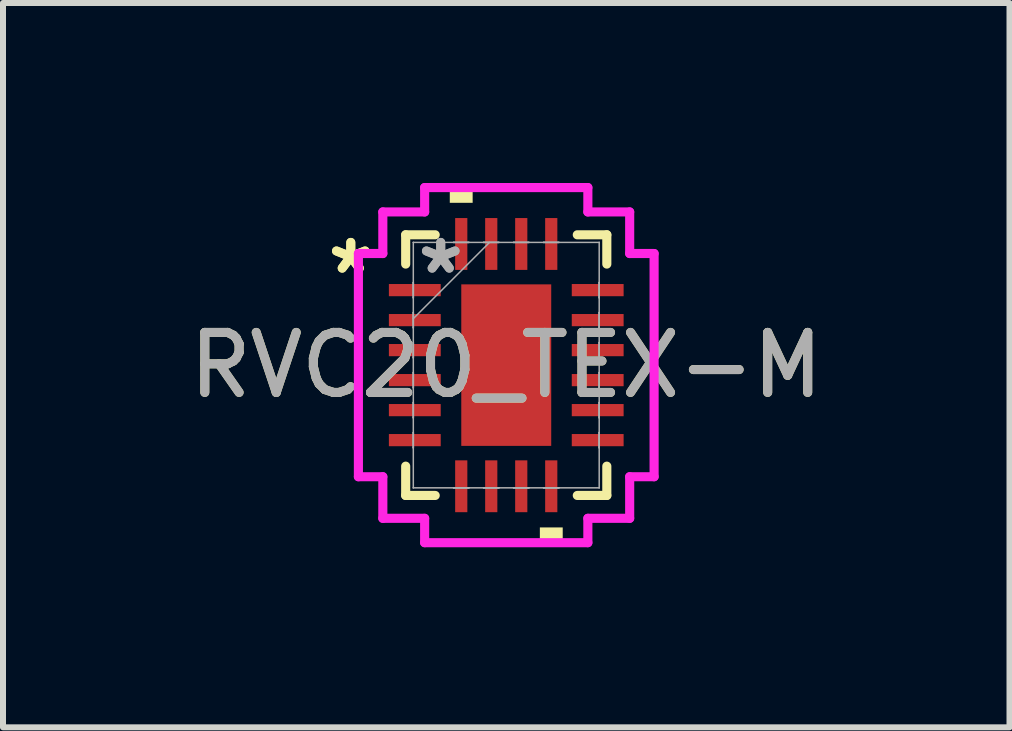
<source format=kicad_pcb>
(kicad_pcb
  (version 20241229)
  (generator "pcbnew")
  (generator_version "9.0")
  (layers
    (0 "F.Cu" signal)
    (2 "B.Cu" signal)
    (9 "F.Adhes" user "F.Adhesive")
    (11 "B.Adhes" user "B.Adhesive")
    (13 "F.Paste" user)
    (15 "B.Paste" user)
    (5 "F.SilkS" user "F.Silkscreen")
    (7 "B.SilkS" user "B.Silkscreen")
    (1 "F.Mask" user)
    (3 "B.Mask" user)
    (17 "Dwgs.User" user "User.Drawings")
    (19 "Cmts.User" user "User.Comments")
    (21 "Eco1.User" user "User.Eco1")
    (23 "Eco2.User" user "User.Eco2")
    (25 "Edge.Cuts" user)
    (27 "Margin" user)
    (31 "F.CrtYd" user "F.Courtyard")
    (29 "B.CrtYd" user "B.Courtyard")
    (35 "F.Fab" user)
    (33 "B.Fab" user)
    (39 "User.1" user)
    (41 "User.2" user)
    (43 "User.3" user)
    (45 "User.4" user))
  (footprint "RVC20_TEX-M"
    (layer "F.Cu")
    (at 5.387 3.035)
    (property "Reference" "RVC20_TEX-M" (at 0 0 0) (unlocked yes) (layer "F.SilkS") (effects (font (size 1 1) (thickness 0.15))))
    (attr smd)
    (fp_line (start -1.676 -2.172) (end -1.676 -1.684) (stroke (width 0.152) (type solid)) (layer "F.SilkS"))
    (fp_line (start -1.676 1.684) (end -1.676 2.172) (stroke (width 0.152) (type solid)) (layer "F.SilkS"))
    (fp_line (start -1.676 2.172) (end -1.184 2.172) (stroke (width 0.152) (type solid)) (layer "F.SilkS"))
    (fp_line (start -1.184 -2.172) (end -1.676 -2.172) (stroke (width 0.152) (type solid)) (layer "F.SilkS"))
    (fp_line (start 1.184 2.172) (end 1.676 2.172) (stroke (width 0.152) (type solid)) (layer "F.SilkS"))
    (fp_line (start 1.676 -2.172) (end 1.184 -2.172) (stroke (width 0.152) (type solid)) (layer "F.SilkS"))
    (fp_line (start 1.676 -1.684) (end 1.676 -2.172) (stroke (width 0.152) (type solid)) (layer "F.SilkS"))
    (fp_line (start 1.676 2.172) (end 1.676 1.684) (stroke (width 0.152) (type solid)) (layer "F.SilkS"))
    (fp_poly (pts (xy -0.941 -2.705) (xy -0.941 -2.959) (xy -0.56 -2.959) (xy -0.56 -2.705)) (stroke (width 0) (type solid)) (fill yes) (layer "F.SilkS"))
    (fp_poly (pts (xy 0.56 2.705) (xy 0.56 2.959) (xy 0.941 2.959) (xy 0.941 2.705)) (stroke (width 0) (type solid)) (fill yes) (layer "F.SilkS"))
    (fp_poly (pts (xy -0.649 -1.246) (xy -0.649 -0.1) (xy 0.649 -0.1) (xy 0.649 -1.246)) (stroke (width 0) (type solid)) (fill yes) (layer "F.Paste"))
    (fp_poly (pts (xy -0.649 0.1) (xy -0.649 1.246) (xy 0.649 1.246) (xy 0.649 0.1)) (stroke (width 0) (type solid)) (fill yes) (layer "F.Paste"))
    (fp_line (start -2.464 -1.86) (end -2.057 -1.86) (stroke (width 0.152) (type solid)) (layer "F.CrtYd"))
    (fp_line (start -2.464 1.86) (end -2.464 -1.86) (stroke (width 0.152) (type solid)) (layer "F.CrtYd"))
    (fp_line (start -2.057 -2.553) (end -1.36 -2.553) (stroke (width 0.152) (type solid)) (layer "F.CrtYd"))
    (fp_line (start -2.057 -1.86) (end -2.057 -2.553) (stroke (width 0.152) (type solid)) (layer "F.CrtYd"))
    (fp_line (start -2.057 1.86) (end -2.464 1.86) (stroke (width 0.152) (type solid)) (layer "F.CrtYd"))
    (fp_line (start -2.057 2.553) (end -2.057 1.86) (stroke (width 0.152) (type solid)) (layer "F.CrtYd"))
    (fp_line (start -1.36 -2.959) (end 1.36 -2.959) (stroke (width 0.152) (type solid)) (layer "F.CrtYd"))
    (fp_line (start -1.36 -2.553) (end -1.36 -2.959) (stroke (width 0.152) (type solid)) (layer "F.CrtYd"))
    (fp_line (start -1.36 2.553) (end -2.057 2.553) (stroke (width 0.152) (type solid)) (layer "F.CrtYd"))
    (fp_line (start -1.36 2.959) (end -1.36 2.553) (stroke (width 0.152) (type solid)) (layer "F.CrtYd"))
    (fp_line (start 1.36 -2.959) (end 1.36 -2.553) (stroke (width 0.152) (type solid)) (layer "F.CrtYd"))
    (fp_line (start 1.36 -2.553) (end 2.057 -2.553) (stroke (width 0.152) (type solid)) (layer "F.CrtYd"))
    (fp_line (start 1.36 2.553) (end 1.36 2.959) (stroke (width 0.152) (type solid)) (layer "F.CrtYd"))
    (fp_line (start 1.36 2.959) (end -1.36 2.959) (stroke (width 0.152) (type solid)) (layer "F.CrtYd"))
    (fp_line (start 2.057 -2.553) (end 2.057 -1.86) (stroke (width 0.152) (type solid)) (layer "F.CrtYd"))
    (fp_line (start 2.057 -1.86) (end 2.464 -1.86) (stroke (width 0.152) (type solid)) (layer "F.CrtYd"))
    (fp_line (start 2.057 1.86) (end 2.057 2.553) (stroke (width 0.152) (type solid)) (layer "F.CrtYd"))
    (fp_line (start 2.057 2.553) (end 1.36 2.553) (stroke (width 0.152) (type solid)) (layer "F.CrtYd"))
    (fp_line (start 2.464 -1.86) (end 2.464 1.86) (stroke (width 0.152) (type solid)) (layer "F.CrtYd"))
    (fp_line (start 2.464 1.86) (end 2.057 1.86) (stroke (width 0.152) (type solid)) (layer "F.CrtYd"))
    (fp_line (start -1.549 -2.045) (end -1.549 -2.045) (stroke (width 0.025) (type solid)) (layer "F.Fab"))
    (fp_line (start -1.549 -2.045) (end -1.549 2.045) (stroke (width 0.025) (type solid)) (layer "F.Fab"))
    (fp_line (start -1.549 -1.377) (end -1.549 -1.377) (stroke (width 0.025) (type solid)) (layer "F.Fab"))
    (fp_line (start -1.549 -1.377) (end -1.549 -1.123) (stroke (width 0.025) (type solid)) (layer "F.Fab"))
    (fp_line (start -1.549 -1.123) (end -1.549 -1.377) (stroke (width 0.025) (type solid)) (layer "F.Fab"))
    (fp_line (start -1.549 -1.123) (end -1.549 -1.123) (stroke (width 0.025) (type solid)) (layer "F.Fab"))
    (fp_line (start -1.549 -0.877) (end -1.549 -0.877) (stroke (width 0.025) (type solid)) (layer "F.Fab"))
    (fp_line (start -1.549 -0.877) (end -1.549 -0.623) (stroke (width 0.025) (type solid)) (layer "F.Fab"))
    (fp_line (start -1.549 -0.775) (end -0.279 -2.045) (stroke (width 0.025) (type solid)) (layer "F.Fab"))
    (fp_line (start -1.549 -0.623) (end -1.549 -0.877) (stroke (width 0.025) (type solid)) (layer "F.Fab"))
    (fp_line (start -1.549 -0.623) (end -1.549 -0.623) (stroke (width 0.025) (type solid)) (layer "F.Fab"))
    (fp_line (start -1.549 -0.377) (end -1.549 -0.377) (stroke (width 0.025) (type solid)) (layer "F.Fab"))
    (fp_line (start -1.549 -0.377) (end -1.549 -0.123) (stroke (width 0.025) (type solid)) (layer "F.Fab"))
    (fp_line (start -1.549 -0.123) (end -1.549 -0.377) (stroke (width 0.025) (type solid)) (layer "F.Fab"))
    (fp_line (start -1.549 -0.123) (end -1.549 -0.123) (stroke (width 0.025) (type solid)) (layer "F.Fab"))
    (fp_line (start -1.549 0.123) (end -1.549 0.123) (stroke (width 0.025) (type solid)) (layer "F.Fab"))
    (fp_line (start -1.549 0.123) (end -1.549 0.377) (stroke (width 0.025) (type solid)) (layer "F.Fab"))
    (fp_line (start -1.549 0.377) (end -1.549 0.123) (stroke (width 0.025) (type solid)) (layer "F.Fab"))
    (fp_line (start -1.549 0.377) (end -1.549 0.377) (stroke (width 0.025) (type solid)) (layer "F.Fab"))
    (fp_line (start -1.549 0.623) (end -1.549 0.623) (stroke (width 0.025) (type solid)) (layer "F.Fab"))
    (fp_line (start -1.549 0.623) (end -1.549 0.877) (stroke (width 0.025) (type solid)) (layer "F.Fab"))
    (fp_line (start -1.549 0.877) (end -1.549 0.623) (stroke (width 0.025) (type solid)) (layer "F.Fab"))
    (fp_line (start -1.549 0.877) (end -1.549 0.877) (stroke (width 0.025) (type solid)) (layer "F.Fab"))
    (fp_line (start -1.549 1.123) (end -1.549 1.123) (stroke (width 0.025) (type solid)) (layer "F.Fab"))
    (fp_line (start -1.549 1.123) (end -1.549 1.377) (stroke (width 0.025) (type solid)) (layer "F.Fab"))
    (fp_line (start -1.549 1.377) (end -1.549 1.123) (stroke (width 0.025) (type solid)) (layer "F.Fab"))
    (fp_line (start -1.549 1.377) (end -1.549 1.377) (stroke (width 0.025) (type solid)) (layer "F.Fab"))
    (fp_line (start -1.549 2.045) (end -1.549 2.045) (stroke (width 0.025) (type solid)) (layer "F.Fab"))
    (fp_line (start -1.549 2.045) (end 1.549 2.045) (stroke (width 0.025) (type solid)) (layer "F.Fab"))
    (fp_line (start -0.877 -2.045) (end -0.877 -2.045) (stroke (width 0.025) (type solid)) (layer "F.Fab"))
    (fp_line (start -0.877 -2.045) (end -0.623 -2.045) (stroke (width 0.025) (type solid)) (layer "F.Fab"))
    (fp_line (start -0.877 2.045) (end -0.877 2.045) (stroke (width 0.025) (type solid)) (layer "F.Fab"))
    (fp_line (start -0.877 2.045) (end -0.623 2.045) (stroke (width 0.025) (type solid)) (layer "F.Fab"))
    (fp_line (start -0.623 -2.045) (end -0.877 -2.045) (stroke (width 0.025) (type solid)) (layer "F.Fab"))
    (fp_line (start -0.623 -2.045) (end -0.623 -2.045) (stroke (width 0.025) (type solid)) (layer "F.Fab"))
    (fp_line (start -0.623 2.045) (end -0.877 2.045) (stroke (width 0.025) (type solid)) (layer "F.Fab"))
    (fp_line (start -0.623 2.045) (end -0.623 2.045) (stroke (width 0.025) (type solid)) (layer "F.Fab"))
    (fp_line (start -0.377 -2.045) (end -0.377 -2.045) (stroke (width 0.025) (type solid)) (layer "F.Fab"))
    (fp_line (start -0.377 -2.045) (end -0.123 -2.045) (stroke (width 0.025) (type solid)) (layer "F.Fab"))
    (fp_line (start -0.377 2.045) (end -0.377 2.045) (stroke (width 0.025) (type solid)) (layer "F.Fab"))
    (fp_line (start -0.377 2.045) (end -0.123 2.045) (stroke (width 0.025) (type solid)) (layer "F.Fab"))
    (fp_line (start -0.123 -2.045) (end -0.377 -2.045) (stroke (width 0.025) (type solid)) (layer "F.Fab"))
    (fp_line (start -0.123 -2.045) (end -0.123 -2.045) (stroke (width 0.025) (type solid)) (layer "F.Fab"))
    (fp_line (start -0.123 2.045) (end -0.377 2.045) (stroke (width 0.025) (type solid)) (layer "F.Fab"))
    (fp_line (start -0.123 2.045) (end -0.123 2.045) (stroke (width 0.025) (type solid)) (layer "F.Fab"))
    (fp_line (start 0.123 -2.045) (end 0.123 -2.045) (stroke (width 0.025) (type solid)) (layer "F.Fab"))
    (fp_line (start 0.123 -2.045) (end 0.377 -2.045) (stroke (width 0.025) (type solid)) (layer "F.Fab"))
    (fp_line (start 0.123 2.045) (end 0.123 2.045) (stroke (width 0.025) (type solid)) (layer "F.Fab"))
    (fp_line (start 0.123 2.045) (end 0.377 2.045) (stroke (width 0.025) (type solid)) (layer "F.Fab"))
    (fp_line (start 0.377 -2.045) (end 0.123 -2.045) (stroke (width 0.025) (type solid)) (layer "F.Fab"))
    (fp_line (start 0.377 -2.045) (end 0.377 -2.045) (stroke (width 0.025) (type solid)) (layer "F.Fab"))
    (fp_line (start 0.377 2.045) (end 0.123 2.045) (stroke (width 0.025) (type solid)) (layer "F.Fab"))
    (fp_line (start 0.377 2.045) (end 0.377 2.045) (stroke (width 0.025) (type solid)) (layer "F.Fab"))
    (fp_line (start 0.623 -2.045) (end 0.623 -2.045) (stroke (width 0.025) (type solid)) (layer "F.Fab"))
    (fp_line (start 0.623 -2.045) (end 0.877 -2.045) (stroke (width 0.025) (type solid)) (layer "F.Fab"))
    (fp_line (start 0.623 2.045) (end 0.623 2.045) (stroke (width 0.025) (type solid)) (layer "F.Fab"))
    (fp_line (start 0.623 2.045) (end 0.877 2.045) (stroke (width 0.025) (type solid)) (layer "F.Fab"))
    (fp_line (start 0.877 -2.045) (end 0.623 -2.045) (stroke (width 0.025) (type solid)) (layer "F.Fab"))
    (fp_line (start 0.877 -2.045) (end 0.877 -2.045) (stroke (width 0.025) (type solid)) (layer "F.Fab"))
    (fp_line (start 0.877 2.045) (end 0.623 2.045) (stroke (width 0.025) (type solid)) (layer "F.Fab"))
    (fp_line (start 0.877 2.045) (end 0.877 2.045) (stroke (width 0.025) (type solid)) (layer "F.Fab"))
    (fp_line (start 1.549 -2.045) (end -1.549 -2.045) (stroke (width 0.025) (type solid)) (layer "F.Fab"))
    (fp_line (start 1.549 -2.045) (end 1.549 -2.045) (stroke (width 0.025) (type solid)) (layer "F.Fab"))
    (fp_line (start 1.549 -1.377) (end 1.549 -1.377) (stroke (width 0.025) (type solid)) (layer "F.Fab"))
    (fp_line (start 1.549 -1.377) (end 1.549 -1.123) (stroke (width 0.025) (type solid)) (layer "F.Fab"))
    (fp_line (start 1.549 -1.123) (end 1.549 -1.377) (stroke (width 0.025) (type solid)) (layer "F.Fab"))
    (fp_line (start 1.549 -1.123) (end 1.549 -1.123) (stroke (width 0.025) (type solid)) (layer "F.Fab"))
    (fp_line (start 1.549 -0.877) (end 1.549 -0.877) (stroke (width 0.025) (type solid)) (layer "F.Fab"))
    (fp_line (start 1.549 -0.877) (end 1.549 -0.623) (stroke (width 0.025) (type solid)) (layer "F.Fab"))
    (fp_line (start 1.549 -0.623) (end 1.549 -0.877) (stroke (width 0.025) (type solid)) (layer "F.Fab"))
    (fp_line (start 1.549 -0.623) (end 1.549 -0.623) (stroke (width 0.025) (type solid)) (layer "F.Fab"))
    (fp_line (start 1.549 -0.377) (end 1.549 -0.377) (stroke (width 0.025) (type solid)) (layer "F.Fab"))
    (fp_line (start 1.549 -0.377) (end 1.549 -0.123) (stroke (width 0.025) (type solid)) (layer "F.Fab"))
    (fp_line (start 1.549 -0.123) (end 1.549 -0.377) (stroke (width 0.025) (type solid)) (layer "F.Fab"))
    (fp_line (start 1.549 -0.123) (end 1.549 -0.123) (stroke (width 0.025) (type solid)) (layer "F.Fab"))
    (fp_line (start 1.549 0.123) (end 1.549 0.123) (stroke (width 0.025) (type solid)) (layer "F.Fab"))
    (fp_line (start 1.549 0.123) (end 1.549 0.377) (stroke (width 0.025) (type solid)) (layer "F.Fab"))
    (fp_line (start 1.549 0.377) (end 1.549 0.123) (stroke (width 0.025) (type solid)) (layer "F.Fab"))
    (fp_line (start 1.549 0.377) (end 1.549 0.377) (stroke (width 0.025) (type solid)) (layer "F.Fab"))
    (fp_line (start 1.549 0.623) (end 1.549 0.623) (stroke (width 0.025) (type solid)) (layer "F.Fab"))
    (fp_line (start 1.549 0.623) (end 1.549 0.877) (stroke (width 0.025) (type solid)) (layer "F.Fab"))
    (fp_line (start 1.549 0.877) (end 1.549 0.623) (stroke (width 0.025) (type solid)) (layer "F.Fab"))
    (fp_line (start 1.549 0.877) (end 1.549 0.877) (stroke (width 0.025) (type solid)) (layer "F.Fab"))
    (fp_line (start 1.549 1.123) (end 1.549 1.123) (stroke (width 0.025) (type solid)) (layer "F.Fab"))
    (fp_line (start 1.549 1.123) (end 1.549 1.377) (stroke (width 0.025) (type solid)) (layer "F.Fab"))
    (fp_line (start 1.549 1.377) (end 1.549 1.123) (stroke (width 0.025) (type solid)) (layer "F.Fab"))
    (fp_line (start 1.549 1.377) (end 1.549 1.377) (stroke (width 0.025) (type solid)) (layer "F.Fab"))
    (fp_line (start 1.549 2.045) (end 1.549 -2.045) (stroke (width 0.025) (type solid)) (layer "F.Fab"))
    (fp_line (start 1.549 2.045) (end 1.549 2.045) (stroke (width 0.025) (type solid)) (layer "F.Fab"))
    (fp_text user "*" (at -2.591 -1.5 0) (layer "F.SilkS") (effects (font (size 1 1) (thickness 0.15))))
    (fp_text user "*" (at -2.591 -1.5 0) (unlocked yes) (layer "F.SilkS") (effects (font (size 1 1) (thickness 0.15))))
    (fp_text user "${REFERENCE}" (at 0 0 0) (unlocked yes) (layer "F.Fab") (effects (font (size 1 1) (thickness 0.15))))
    (fp_text user "*" (at -1.092 -1.5 0) (unlocked yes) (layer "F.Fab") (effects (font (size 1 1) (thickness 0.15))))
    (fp_text user "*" (at -1.092 -1.5 0) (layer "F.Fab") (effects (font (size 1 1) (thickness 0.15))))
    (pad "1" smd rect (at -1.524 -1.25 90) (size 0.203 0.864) (layers "F.Cu" "F.Mask" "F.Paste"))
    (pad "2" smd rect (at -1.524 -0.75 90) (size 0.203 0.864) (layers "F.Cu" "F.Mask" "F.Paste"))
    (pad "3" smd rect (at -1.524 -0.25 90) (size 0.203 0.864) (layers "F.Cu" "F.Mask" "F.Paste"))
    (pad "4" smd rect (at -1.524 0.25 90) (size 0.203 0.864) (layers "F.Cu" "F.Mask" "F.Paste"))
    (pad "5" smd rect (at -1.524 0.75 90) (size 0.203 0.864) (layers "F.Cu" "F.Mask" "F.Paste"))
    (pad "6" smd rect (at -1.524 1.25 90) (size 0.203 0.864) (layers "F.Cu" "F.Mask" "F.Paste"))
    (pad "7" smd rect (at -0.75 2.019) (size 0.203 0.864) (layers "F.Cu" "F.Mask" "F.Paste"))
    (pad "8" smd rect (at -0.25 2.019) (size 0.203 0.864) (layers "F.Cu" "F.Mask" "F.Paste"))
    (pad "9" smd rect (at 0.25 2.019) (size 0.203 0.864) (layers "F.Cu" "F.Mask" "F.Paste"))
    (pad "10" smd rect (at 0.75 2.019) (size 0.203 0.864) (layers "F.Cu" "F.Mask" "F.Paste"))
    (pad "11" smd rect (at 1.524 1.25 90) (size 0.203 0.864) (layers "F.Cu" "F.Mask" "F.Paste"))
    (pad "12" smd rect (at 1.524 0.75 90) (size 0.203 0.864) (layers "F.Cu" "F.Mask" "F.Paste"))
    (pad "13" smd rect (at 1.524 0.25 90) (size 0.203 0.864) (layers "F.Cu" "F.Mask" "F.Paste"))
    (pad "14" smd rect (at 1.524 -0.25 90) (size 0.203 0.864) (layers "F.Cu" "F.Mask" "F.Paste"))
    (pad "15" smd rect (at 1.524 -0.75 90) (size 0.203 0.864) (layers "F.Cu" "F.Mask" "F.Paste"))
    (pad "16" smd rect (at 1.524 -1.25 90) (size 0.203 0.864) (layers "F.Cu" "F.Mask" "F.Paste"))
    (pad "17" smd rect (at 0.75 -2.019) (size 0.203 0.864) (layers "F.Cu" "F.Mask" "F.Paste"))
    (pad "18" smd rect (at 0.25 -2.019) (size 0.203 0.864) (layers "F.Cu" "F.Mask" "F.Paste"))
    (pad "19" smd rect (at -0.25 -2.019) (size 0.203 0.864) (layers "F.Cu" "F.Mask" "F.Paste"))
    (pad "20" smd rect (at -0.75 -2.019) (size 0.203 0.864) (layers "F.Cu" "F.Mask" "F.Paste"))
    (pad "21" smd rect (at 0 0) (size 1.499 2.692) (layers "F.Cu" "F.Mask")))
  (gr_rect
    (start -3 -3)
    (end 13.774 9.071)
    (stroke (width 0.1) (type default))
    (fill no)
    (layer "Edge.Cuts")))
</source>
